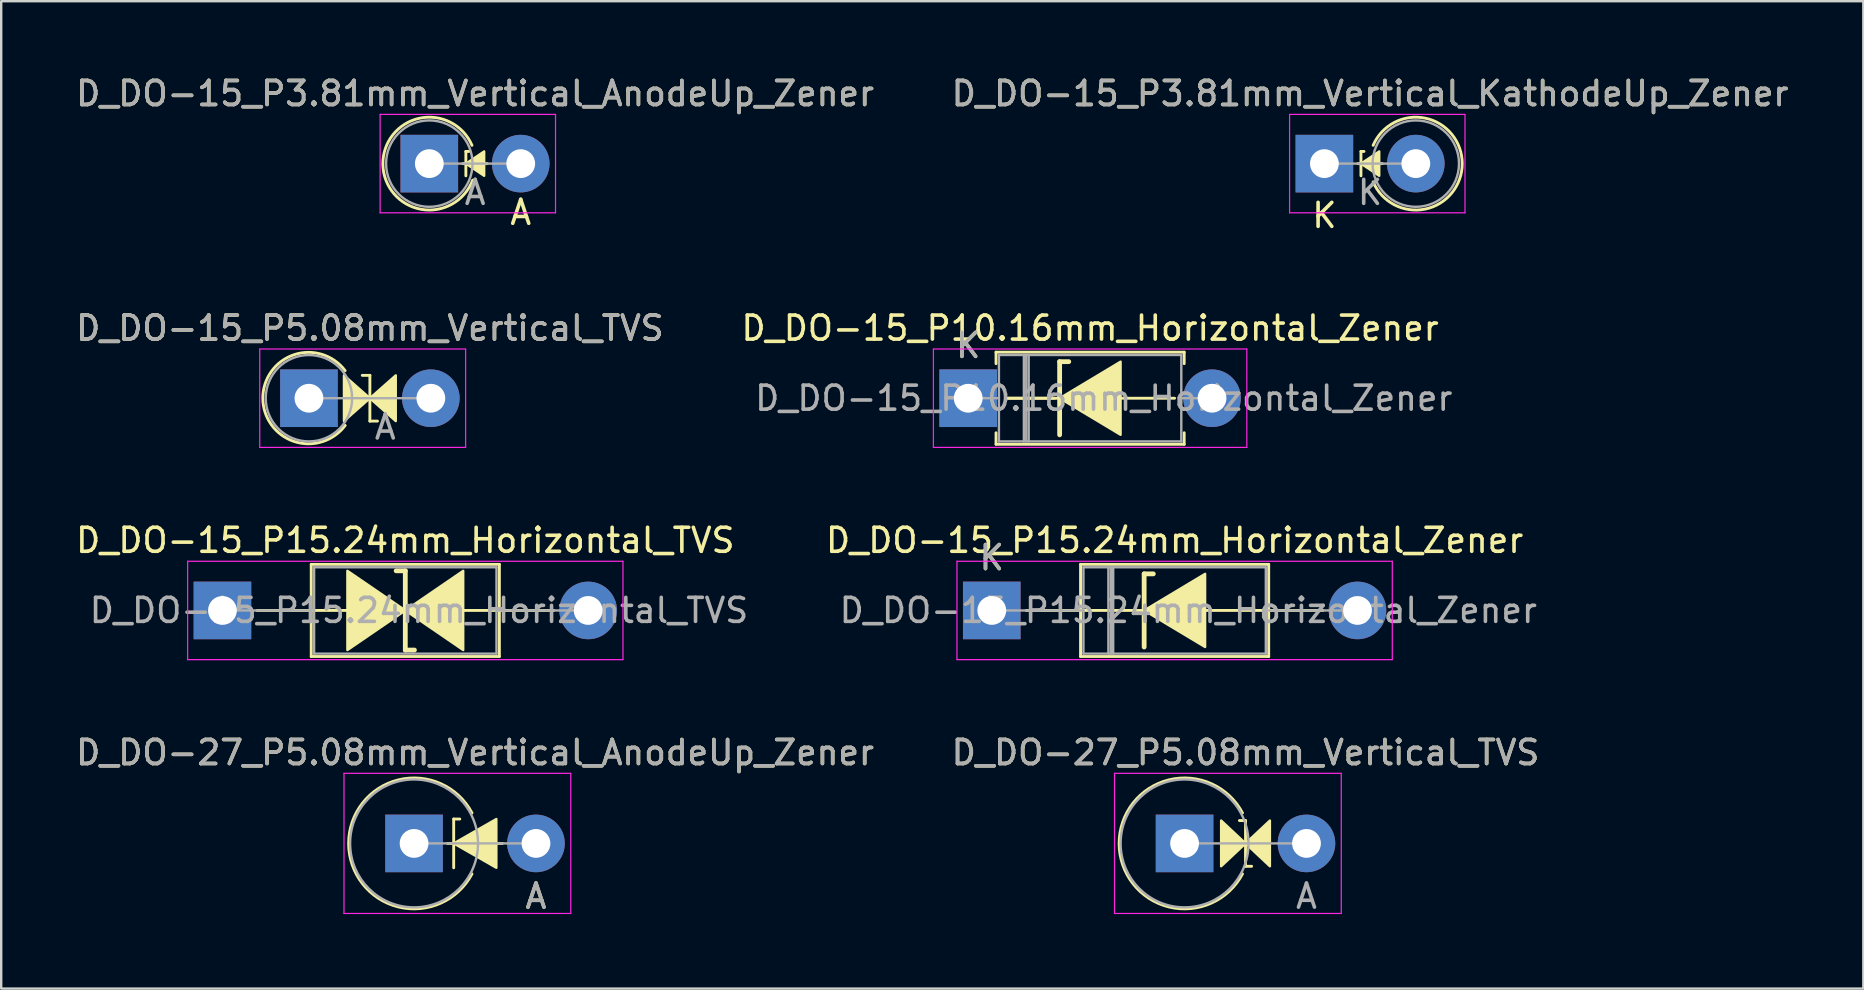
<source format=kicad_pcb>
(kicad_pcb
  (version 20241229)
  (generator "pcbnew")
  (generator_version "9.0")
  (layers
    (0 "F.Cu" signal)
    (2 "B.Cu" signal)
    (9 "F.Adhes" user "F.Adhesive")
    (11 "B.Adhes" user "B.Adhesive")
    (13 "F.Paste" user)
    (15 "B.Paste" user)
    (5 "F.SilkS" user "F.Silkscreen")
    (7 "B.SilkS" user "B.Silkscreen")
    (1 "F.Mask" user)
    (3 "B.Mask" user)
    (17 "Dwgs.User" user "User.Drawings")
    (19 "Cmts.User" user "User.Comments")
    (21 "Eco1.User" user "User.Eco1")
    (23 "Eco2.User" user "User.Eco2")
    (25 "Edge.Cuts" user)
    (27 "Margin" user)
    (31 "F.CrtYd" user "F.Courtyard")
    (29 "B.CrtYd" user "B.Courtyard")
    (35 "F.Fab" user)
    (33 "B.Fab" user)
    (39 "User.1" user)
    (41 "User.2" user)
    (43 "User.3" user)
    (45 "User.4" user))
  (footprint "D_DO-27_P5.08mm_Vertical_AnodeUp_Zener"
    (layer "F.Cu")
    (at 14.204 32.095)
    (property "Reference" "D_DO-27_P5.08mm_Vertical_AnodeUp_Zener" (at 2.54 -3.785 0) (layer "F.SilkS") (effects (font (size 1 1) (thickness 0.15))))
    (attr through_hole)
    (fp_line (start 1.397 0) (end 3.683 0) (stroke (width 0.12) (type solid)) (layer "F.SilkS"))
    (fp_line (start 1.651 -1.016) (end 1.651 1.016) (stroke (width 0.12) (type solid)) (layer "F.SilkS"))
    (fp_line (start 1.651 -1.016) (end 1.905 -1.016) (stroke (width 0.12) (type solid)) (layer "F.SilkS"))
    (fp_arc (start 2.412999 1.27) (mid -2.726805 0) (end 2.412999 -1.269999) (stroke (width 0.12) (type solid)) (layer "F.SilkS"))
    (fp_poly (pts (xy 3.429 1.016) (xy 1.651 0) (xy 3.429 -1.016)) (stroke (width 0.1) (type solid)) (fill yes) (layer "F.SilkS"))
    (fp_line (start -2.92 -2.92) (end -2.92 2.92) (stroke (width 0.05) (type solid)) (layer "F.CrtYd"))
    (fp_line (start -2.92 2.92) (end 6.53 2.92) (stroke (width 0.05) (type solid)) (layer "F.CrtYd"))
    (fp_line (start 6.53 -2.92) (end -2.92 -2.92) (stroke (width 0.05) (type solid)) (layer "F.CrtYd"))
    (fp_line (start 6.53 2.92) (end 6.53 -2.92) (stroke (width 0.05) (type solid)) (layer "F.CrtYd"))
    (fp_line (start 0 0) (end 5.08 0) (stroke (width 0.1) (type solid)) (layer "F.Fab"))
    (fp_circle (center 0 0) (end 2.665 0) (stroke (width 0.1) (type solid)) (fill no) (layer "F.Fab"))
    (fp_text user "A" (at 5.08 2.2 0) (layer "F.SilkS") (effects (font (size 1 1) (thickness 0.15))))
    (fp_text user "A" (at 5.08 2.2 0) (layer "F.Fab") (effects (font (size 1 1) (thickness 0.15))))
    (fp_text user "${REFERENCE}" (at 2.54 -3.785 0) (layer "F.Fab") (effects (font (size 1 1) (thickness 0.15))))
    (pad "1" thru_hole rect (at 0 0) (size 2.4 2.4) (drill 1.2) (layers "*.Cu" "*.Mask"))
    (pad "2" thru_hole oval (at 5.08 0) (size 2.4 2.4) (drill 1.2) (layers "*.Cu" "*.Mask")))
  (footprint "D_DO-15_P3.81mm_Vertical_AnodeUp_Zener"
    (layer "F.Cu")
    (at 14.839 3.768)
    (property "Reference" "D_DO-15_P3.81mm_Vertical_AnodeUp_Zener" (at 1.905 -2.92 0) (layer "F.SilkS") (effects (font (size 1 1) (thickness 0.15))))
    (attr through_hole)
    (fp_line (start 1.397 0) (end 2.413 0) (stroke (width 0.12) (type solid)) (layer "F.SilkS"))
    (fp_line (start 1.524 -0.508) (end 1.651 -0.508) (stroke (width 0.12) (type solid)) (layer "F.SilkS"))
    (fp_line (start 1.524 0.508) (end 1.524 -0.508) (stroke (width 0.12) (type solid)) (layer "F.SilkS"))
    (fp_arc (start 1.806184 0.692547) (mid -1.934042 0.037477) (end 1.777999 -0.761999) (stroke (width 0.12) (type solid)) (layer "F.SilkS"))
    (fp_poly (pts (xy 2.286 0.508) (xy 1.524 0) (xy 2.286 -0.508)) (stroke (width 0.1) (type solid)) (fill yes) (layer "F.SilkS"))
    (fp_line (start -2.05 -2.05) (end -2.05 2.05) (stroke (width 0.05) (type solid)) (layer "F.CrtYd"))
    (fp_line (start -2.05 2.05) (end 5.26 2.05) (stroke (width 0.05) (type solid)) (layer "F.CrtYd"))
    (fp_line (start 5.26 -2.05) (end -2.05 -2.05) (stroke (width 0.05) (type solid)) (layer "F.CrtYd"))
    (fp_line (start 5.26 2.05) (end 5.26 -2.05) (stroke (width 0.05) (type solid)) (layer "F.CrtYd"))
    (fp_line (start 0 0) (end 3.81 0) (stroke (width 0.1) (type solid)) (layer "F.Fab"))
    (fp_circle (center 0 0) (end 1.8 0) (stroke (width 0.1) (type solid)) (fill no) (layer "F.Fab"))
    (fp_text user "A" (at 3.81 2.032 0) (layer "F.SilkS") (effects (font (size 1 1) (thickness 0.15))))
    (fp_text user "A" (at 1.91 1.2 0) (layer "F.Fab") (effects (font (size 1 1) (thickness 0.15))))
    (fp_text user "${REFERENCE}" (at 1.905 -2.92 0) (layer "F.Fab") (effects (font (size 1 1) (thickness 0.15))))
    (pad "1" thru_hole rect (at 0 0) (size 2.4 2.4) (drill 1.2) (layers "*.Cu" "*.Mask"))
    (pad "2" thru_hole oval (at 3.81 0) (size 2.4 2.4) (drill 1.2) (layers "*.Cu" "*.Mask")))
  (footprint "D_DO-15_P5.08mm_Vertical_TVS"
    (layer "F.Cu")
    (at 9.823 13.544)
    (property "Reference" "D_DO-15_P5.08mm_Vertical_TVS" (at 2.54 -2.92 0) (layer "F.SilkS") (effects (font (size 1 1) (thickness 0.15))))
    (attr through_hole)
    (fp_line (start 2.223 -0.953) (end 2.54 -0.953) (stroke (width 0.12) (type solid)) (layer "F.SilkS"))
    (fp_line (start 2.54 -0.953) (end 2.54 0.953) (stroke (width 0.12) (type solid)) (layer "F.SilkS"))
    (fp_line (start 2.54 0.953) (end 2.857 0.953) (stroke (width 0.12) (type solid)) (layer "F.SilkS"))
    (fp_arc (start 1.510971 1.133282) (mid -1.921017 -0.003227) (end 1.507982 -1.148722) (stroke (width 0.12) (type solid)) (layer "F.SilkS"))
    (fp_poly (pts (xy 1.46 -0.953) (xy 2.54 0) (xy 1.46 0.953)) (stroke (width 0.1) (type solid)) (fill yes) (layer "F.SilkS"))
    (fp_poly (pts (xy 3.619 0.953) (xy 2.54 0) (xy 3.619 -0.953)) (stroke (width 0.1) (type solid)) (fill yes) (layer "F.SilkS"))
    (fp_line (start -2.05 -2.05) (end -2.05 2.05) (stroke (width 0.05) (type solid)) (layer "F.CrtYd"))
    (fp_line (start -2.05 2.05) (end 6.53 2.05) (stroke (width 0.05) (type solid)) (layer "F.CrtYd"))
    (fp_line (start 6.53 -2.05) (end -2.05 -2.05) (stroke (width 0.05) (type solid)) (layer "F.CrtYd"))
    (fp_line (start 6.53 2.05) (end 6.53 -2.05) (stroke (width 0.05) (type solid)) (layer "F.CrtYd"))
    (fp_line (start 0 0) (end 5.08 0) (stroke (width 0.1) (type solid)) (layer "F.Fab"))
    (fp_circle (center 0 0) (end 1.8 0) (stroke (width 0.1) (type solid)) (fill no) (layer "F.Fab"))
    (fp_text user "${REFERENCE}" (at 2.54 -2.92 0) (layer "F.Fab") (effects (font (size 1 1) (thickness 0.15))))
    (fp_text user "A" (at 3.18 1.2 0) (layer "F.Fab") (effects (font (size 1 1) (thickness 0.15))))
    (pad "1" thru_hole rect (at 0 0) (size 2.4 2.4) (drill 1.2) (layers "*.Cu" "*.Mask"))
    (pad "2" thru_hole oval (at 5.08 0) (size 2.4 2.4) (drill 1.2) (layers "*.Cu" "*.Mask")))
  (footprint "D_DO-15_P15.24mm_Horizontal_Zener"
    (layer "F.Cu")
    (at 38.277 22.387)
    (property "Reference" "D_DO-15_P15.24mm_Horizontal_Zener" (at 7.62 -2.92 0) (layer "F.SilkS") (effects (font (size 1 1) (thickness 0.15))))
    (attr through_hole)
    (fp_line (start 1.44 0) (end 3.7 0) (stroke (width 0.12) (type solid)) (layer "F.SilkS"))
    (fp_line (start 3.7 -1.92) (end 3.7 1.92) (stroke (width 0.12) (type solid)) (layer "F.SilkS"))
    (fp_line (start 3.7 1.92) (end 11.54 1.92) (stroke (width 0.12) (type solid)) (layer "F.SilkS"))
    (fp_line (start 6.35 -1.524) (end 6.35 1.524) (stroke (width 0.2) (type solid)) (layer "F.SilkS"))
    (fp_line (start 6.35 -1.524) (end 6.731 -1.524) (stroke (width 0.2) (type solid)) (layer "F.SilkS"))
    (fp_line (start 6.35 0) (end 3.683 0) (stroke (width 0.12) (type solid)) (layer "F.SilkS"))
    (fp_line (start 11.54 -1.92) (end 3.7 -1.92) (stroke (width 0.12) (type solid)) (layer "F.SilkS"))
    (fp_line (start 11.54 0) (end 8.89 0) (stroke (width 0.12) (type solid)) (layer "F.SilkS"))
    (fp_line (start 11.54 1.92) (end 11.54 -1.92) (stroke (width 0.12) (type solid)) (layer "F.SilkS"))
    (fp_line (start 13.8 0) (end 11.54 0) (stroke (width 0.12) (type solid)) (layer "F.SilkS"))
    (fp_poly (pts (xy 8.89 1.524) (xy 6.35 0) (xy 8.89 -1.524)) (stroke (width 0.1) (type solid)) (fill yes) (layer "F.SilkS"))
    (fp_line (start -1.45 -2.05) (end -1.45 2.05) (stroke (width 0.05) (type solid)) (layer "F.CrtYd"))
    (fp_line (start -1.45 2.05) (end 16.69 2.05) (stroke (width 0.05) (type solid)) (layer "F.CrtYd"))
    (fp_line (start 16.69 -2.05) (end -1.45 -2.05) (stroke (width 0.05) (type solid)) (layer "F.CrtYd"))
    (fp_line (start 16.69 2.05) (end 16.69 -2.05) (stroke (width 0.05) (type solid)) (layer "F.CrtYd"))
    (fp_line (start 0 0) (end 3.82 0) (stroke (width 0.1) (type solid)) (layer "F.Fab"))
    (fp_line (start 3.82 -1.8) (end 3.82 1.8) (stroke (width 0.1) (type solid)) (layer "F.Fab"))
    (fp_line (start 3.82 1.8) (end 11.42 1.8) (stroke (width 0.1) (type solid)) (layer "F.Fab"))
    (fp_line (start 4.86 -1.8) (end 4.86 1.8) (stroke (width 0.1) (type solid)) (layer "F.Fab"))
    (fp_line (start 4.96 -1.8) (end 4.96 1.8) (stroke (width 0.1) (type solid)) (layer "F.Fab"))
    (fp_line (start 5.06 -1.8) (end 5.06 1.8) (stroke (width 0.1) (type solid)) (layer "F.Fab"))
    (fp_line (start 11.42 -1.8) (end 3.82 -1.8) (stroke (width 0.1) (type solid)) (layer "F.Fab"))
    (fp_line (start 11.42 1.8) (end 11.42 -1.8) (stroke (width 0.1) (type solid)) (layer "F.Fab"))
    (fp_line (start 15.24 0) (end 11.42 0) (stroke (width 0.1) (type solid)) (layer "F.Fab"))
    (fp_text user "K" (at 0 -2.2 0) (layer "F.SilkS") (effects (font (size 1 1) (thickness 0.15))))
    (fp_text user "${REFERENCE}" (at 8.19 0 0) (layer "F.Fab") (effects (font (size 1 1) (thickness 0.15))))
    (fp_text user "K" (at 0 -2.2 0) (layer "F.Fab") (effects (font (size 1 1) (thickness 0.15))))
    (pad "1" thru_hole rect (at 0 0) (size 2.4 2.4) (drill 1.2) (layers "*.Cu" "*.Mask"))
    (pad "2" thru_hole oval (at 15.24 0) (size 2.4 2.4) (drill 1.2) (layers "*.Cu" "*.Mask")))
  (footprint "D_DO-27_P5.08mm_Vertical_TVS"
    (layer "F.Cu")
    (at 46.311 32.095)
    (property "Reference" "D_DO-27_P5.08mm_Vertical_TVS" (at 2.54 -3.785 0) (layer "F.SilkS") (effects (font (size 1 1) (thickness 0.15))))
    (attr through_hole)
    (fp_line (start 2.54 -0.953) (end 2.286 -0.953) (stroke (width 0.12) (type solid)) (layer "F.SilkS"))
    (fp_line (start 2.54 -0.953) (end 2.54 0.953) (stroke (width 0.12) (type solid)) (layer "F.SilkS"))
    (fp_line (start 2.54 0.953) (end 2.794 0.953) (stroke (width 0.12) (type solid)) (layer "F.SilkS"))
    (fp_arc (start 2.412999 1.27) (mid -2.726805 0) (end 2.412999 -1.269999) (stroke (width 0.12) (type solid)) (layer "F.SilkS"))
    (fp_poly (pts (xy 1.524 -0.953) (xy 2.54 0) (xy 1.524 0.953)) (stroke (width 0.1) (type solid)) (fill yes) (layer "F.SilkS"))
    (fp_poly (pts (xy 3.556 0.953) (xy 2.54 0) (xy 3.556 -0.953)) (stroke (width 0.1) (type solid)) (fill yes) (layer "F.SilkS"))
    (fp_line (start -2.92 -2.92) (end -2.92 2.92) (stroke (width 0.05) (type solid)) (layer "F.CrtYd"))
    (fp_line (start -2.92 2.92) (end 6.53 2.92) (stroke (width 0.05) (type solid)) (layer "F.CrtYd"))
    (fp_line (start 6.53 -2.92) (end -2.92 -2.92) (stroke (width 0.05) (type solid)) (layer "F.CrtYd"))
    (fp_line (start 6.53 2.92) (end 6.53 -2.92) (stroke (width 0.05) (type solid)) (layer "F.CrtYd"))
    (fp_line (start 0 0) (end 5.08 0) (stroke (width 0.1) (type solid)) (layer "F.Fab"))
    (fp_circle (center 0 0) (end 2.665 0) (stroke (width 0.1) (type solid)) (fill no) (layer "F.Fab"))
    (fp_text user "A" (at 5.08 2.2 0) (layer "F.Fab") (effects (font (size 1 1) (thickness 0.15))))
    (fp_text user "${REFERENCE}" (at 2.54 -3.785 0) (layer "F.Fab") (effects (font (size 1 1) (thickness 0.15))))
    (pad "1" thru_hole rect (at 0 0) (size 2.4 2.4) (drill 1.2) (layers "*.Cu" "*.Mask"))
    (pad "2" thru_hole oval (at 5.08 0) (size 2.4 2.4) (drill 1.2) (layers "*.Cu" "*.Mask")))
  (footprint "D_DO-15_P10.16mm_Horizontal_Zener"
    (layer "F.Cu")
    (at 37.295 13.544)
    (property "Reference" "D_DO-15_P10.16mm_Horizontal_Zener" (at 5.08 -2.92 0) (layer "F.SilkS") (effects (font (size 1 1) (thickness 0.15))))
    (attr through_hole)
    (fp_line (start 1.16 -1.92) (end 9 -1.92) (stroke (width 0.12) (type solid)) (layer "F.SilkS"))
    (fp_line (start 1.16 -1.44) (end 1.16 -1.92) (stroke (width 0.12) (type solid)) (layer "F.SilkS"))
    (fp_line (start 1.16 1.44) (end 1.16 1.92) (stroke (width 0.12) (type solid)) (layer "F.SilkS"))
    (fp_line (start 1.16 1.92) (end 9 1.92) (stroke (width 0.12) (type solid)) (layer "F.SilkS"))
    (fp_line (start 1.6 0) (end 3.81 0) (stroke (width 0.12) (type solid)) (layer "F.SilkS"))
    (fp_line (start 3.6 0) (end 1.6 0) (stroke (width 0.12) (type solid)) (layer "F.SilkS"))
    (fp_line (start 3.81 -1.524) (end 3.81 1.524) (stroke (width 0.2) (type solid)) (layer "F.SilkS"))
    (fp_line (start 3.81 -1.524) (end 4.191 -1.524) (stroke (width 0.2) (type solid)) (layer "F.SilkS"))
    (fp_line (start 8.6 0) (end 6.413 0) (stroke (width 0.12) (type solid)) (layer "F.SilkS"))
    (fp_line (start 9 -1.92) (end 9 -1.44) (stroke (width 0.12) (type solid)) (layer "F.SilkS"))
    (fp_line (start 9 1.92) (end 9 1.44) (stroke (width 0.12) (type solid)) (layer "F.SilkS"))
    (fp_poly (pts (xy 6.35 1.524) (xy 3.81 0) (xy 6.35 -1.524)) (stroke (width 0.1) (type solid)) (fill yes) (layer "F.SilkS"))
    (fp_line (start -1.45 -2.05) (end -1.45 2.05) (stroke (width 0.05) (type solid)) (layer "F.CrtYd"))
    (fp_line (start -1.45 2.05) (end 11.61 2.05) (stroke (width 0.05) (type solid)) (layer "F.CrtYd"))
    (fp_line (start 11.61 -2.05) (end -1.45 -2.05) (stroke (width 0.05) (type solid)) (layer "F.CrtYd"))
    (fp_line (start 11.61 2.05) (end 11.61 -2.05) (stroke (width 0.05) (type solid)) (layer "F.CrtYd"))
    (fp_line (start 0 0) (end 1.28 0) (stroke (width 0.1) (type solid)) (layer "F.Fab"))
    (fp_line (start 1.28 -1.8) (end 1.28 1.8) (stroke (width 0.1) (type solid)) (layer "F.Fab"))
    (fp_line (start 1.28 1.8) (end 8.88 1.8) (stroke (width 0.1) (type solid)) (layer "F.Fab"))
    (fp_line (start 2.32 -1.8) (end 2.32 1.8) (stroke (width 0.1) (type solid)) (layer "F.Fab"))
    (fp_line (start 2.42 -1.8) (end 2.42 1.8) (stroke (width 0.1) (type solid)) (layer "F.Fab"))
    (fp_line (start 2.52 -1.8) (end 2.52 1.8) (stroke (width 0.1) (type solid)) (layer "F.Fab"))
    (fp_line (start 8.88 -1.8) (end 1.28 -1.8) (stroke (width 0.1) (type solid)) (layer "F.Fab"))
    (fp_line (start 8.88 1.8) (end 8.88 -1.8) (stroke (width 0.1) (type solid)) (layer "F.Fab"))
    (fp_line (start 10.16 0) (end 8.88 0) (stroke (width 0.1) (type solid)) (layer "F.Fab"))
    (fp_text user "K" (at 0 -2.2 0) (layer "F.SilkS") (effects (font (size 1 1) (thickness 0.15))))
    (fp_text user "K" (at 0 -2.2 0) (layer "F.Fab") (effects (font (size 1 1) (thickness 0.15))))
    (fp_text user "${REFERENCE}" (at 5.65 0 0) (layer "F.Fab") (effects (font (size 1 1) (thickness 0.15))))
    (pad "1" thru_hole rect (at 0 0) (size 2.4 2.4) (drill 1.2) (layers "*.Cu" "*.Mask"))
    (pad "2" thru_hole oval (at 10.16 0) (size 2.4 2.4) (drill 1.2) (layers "*.Cu" "*.Mask")))
  (footprint "D_DO-15_P3.81mm_Vertical_KathodeUp_Zener"
    (layer "F.Cu")
    (at 52.137 3.768)
    (property "Reference" "D_DO-15_P3.81mm_Vertical_KathodeUp_Zener" (at 1.905 -2.92 0) (layer "F.SilkS") (effects (font (size 1 1) (thickness 0.15))))
    (attr through_hole)
    (fp_line (start 1.397 0) (end 2.413 0) (stroke (width 0.12) (type solid)) (layer "F.SilkS"))
    (fp_line (start 1.524 -0.508) (end 1.651 -0.508) (stroke (width 0.12) (type solid)) (layer "F.SilkS"))
    (fp_line (start 1.524 0.508) (end 1.524 -0.508) (stroke (width 0.12) (type solid)) (layer "F.SilkS"))
    (fp_arc (start 2.032001 -0.762) (mid 5.744404 0.000002) (end 2.032 0.762) (stroke (width 0.12) (type solid)) (layer "F.SilkS"))
    (fp_poly (pts (xy 2.286 0.508) (xy 1.524 0) (xy 2.286 -0.508)) (stroke (width 0.1) (type solid)) (fill yes) (layer "F.SilkS"))
    (fp_line (start -1.45 -2.05) (end -1.45 2.05) (stroke (width 0.05) (type solid)) (layer "F.CrtYd"))
    (fp_line (start -1.45 2.05) (end 5.86 2.05) (stroke (width 0.05) (type solid)) (layer "F.CrtYd"))
    (fp_line (start 5.86 -2.05) (end -1.45 -2.05) (stroke (width 0.05) (type solid)) (layer "F.CrtYd"))
    (fp_line (start 5.86 2.05) (end 5.86 -2.05) (stroke (width 0.05) (type solid)) (layer "F.CrtYd"))
    (fp_line (start 0 0) (end 3.81 0) (stroke (width 0.1) (type solid)) (layer "F.Fab"))
    (fp_circle (center 3.81 0) (end 5.61 0) (stroke (width 0.1) (type solid)) (fill no) (layer "F.Fab"))
    (fp_text user "K" (at 0 2.159 0) (layer "F.SilkS") (effects (font (size 1 1) (thickness 0.15))))
    (fp_text user "${REFERENCE}" (at 1.905 -2.92 0) (layer "F.Fab") (effects (font (size 1 1) (thickness 0.15))))
    (fp_text user "K" (at 1.9 1.2 0) (layer "F.Fab") (effects (font (size 1 1) (thickness 0.15))))
    (pad "1" thru_hole rect (at 0 0) (size 2.4 2.4) (drill 1.2) (layers "*.Cu" "*.Mask"))
    (pad "2" thru_hole oval (at 3.81 0) (size 2.4 2.4) (drill 1.2) (layers "*.Cu" "*.Mask")))
  (footprint "D_DO-15_P15.24mm_Horizontal_TVS"
    (layer "F.Cu")
    (at 6.219 22.387)
    (property "Reference" "D_DO-15_P15.24mm_Horizontal_TVS" (at 7.62 -2.92 0) (layer "F.SilkS") (effects (font (size 1 1) (thickness 0.15))))
    (attr through_hole)
    (fp_line (start 1.44 0) (end 3.7 0) (stroke (width 0.12) (type solid)) (layer "F.SilkS"))
    (fp_line (start 3.683 0) (end 5.207 0) (stroke (width 0.12) (type solid)) (layer "F.SilkS"))
    (fp_line (start 3.7 -1.92) (end 3.7 1.92) (stroke (width 0.12) (type solid)) (layer "F.SilkS"))
    (fp_line (start 3.7 1.92) (end 11.54 1.92) (stroke (width 0.12) (type solid)) (layer "F.SilkS"))
    (fp_line (start 7.62 -1.651) (end 7.239 -1.651) (stroke (width 0.2) (type solid)) (layer "F.SilkS"))
    (fp_line (start 7.62 1.651) (end 7.62 -1.651) (stroke (width 0.2) (type solid)) (layer "F.SilkS"))
    (fp_line (start 8.001 1.651) (end 7.62 1.651) (stroke (width 0.2) (type solid)) (layer "F.SilkS"))
    (fp_line (start 11.54 -1.92) (end 3.7 -1.92) (stroke (width 0.12) (type solid)) (layer "F.SilkS"))
    (fp_line (start 11.54 1.92) (end 11.54 -1.92) (stroke (width 0.12) (type solid)) (layer "F.SilkS"))
    (fp_line (start 11.557 0) (end 10.033 0) (stroke (width 0.12) (type solid)) (layer "F.SilkS"))
    (fp_line (start 13.8 0) (end 11.54 0) (stroke (width 0.12) (type solid)) (layer "F.SilkS"))
    (fp_poly (pts (xy 7.62 0) (xy 5.207 1.651) (xy 5.207 -1.651)) (stroke (width 0.1) (type solid)) (fill yes) (layer "F.SilkS"))
    (fp_poly (pts (xy 7.62 0) (xy 10.033 -1.651) (xy 10.033 1.651)) (stroke (width 0.1) (type solid)) (fill yes) (layer "F.SilkS"))
    (fp_line (start -1.45 -2.05) (end -1.45 2.05) (stroke (width 0.05) (type solid)) (layer "F.CrtYd"))
    (fp_line (start -1.45 2.05) (end 16.69 2.05) (stroke (width 0.05) (type solid)) (layer "F.CrtYd"))
    (fp_line (start 16.69 -2.05) (end -1.45 -2.05) (stroke (width 0.05) (type solid)) (layer "F.CrtYd"))
    (fp_line (start 16.69 2.05) (end 16.69 -2.05) (stroke (width 0.05) (type solid)) (layer "F.CrtYd"))
    (fp_line (start 0 0) (end 3.82 0) (stroke (width 0.1) (type solid)) (layer "F.Fab"))
    (fp_line (start 3.82 -1.8) (end 3.82 1.8) (stroke (width 0.1) (type solid)) (layer "F.Fab"))
    (fp_line (start 3.82 1.8) (end 11.42 1.8) (stroke (width 0.1) (type solid)) (layer "F.Fab"))
    (fp_line (start 11.42 -1.8) (end 3.82 -1.8) (stroke (width 0.1) (type solid)) (layer "F.Fab"))
    (fp_line (start 11.42 1.8) (end 11.42 -1.8) (stroke (width 0.1) (type solid)) (layer "F.Fab"))
    (fp_line (start 15.24 0) (end 11.42 0) (stroke (width 0.1) (type solid)) (layer "F.Fab"))
    (fp_text user "${REFERENCE}" (at 8.19 0 0) (layer "F.Fab") (effects (font (size 1 1) (thickness 0.15))))
    (pad "1" thru_hole rect (at 0 0) (size 2.4 2.4) (drill 1.2) (layers "*.Cu" "*.Mask"))
    (pad "2" thru_hole oval (at 15.24 0) (size 2.4 2.4) (drill 1.2) (layers "*.Cu" "*.Mask")))
  (gr_rect
    (start -3 -3)
    (end 74.595 38.144)
    (stroke (width 0.1) (type default))
    (fill no)
    (layer "Edge.Cuts")))
</source>
